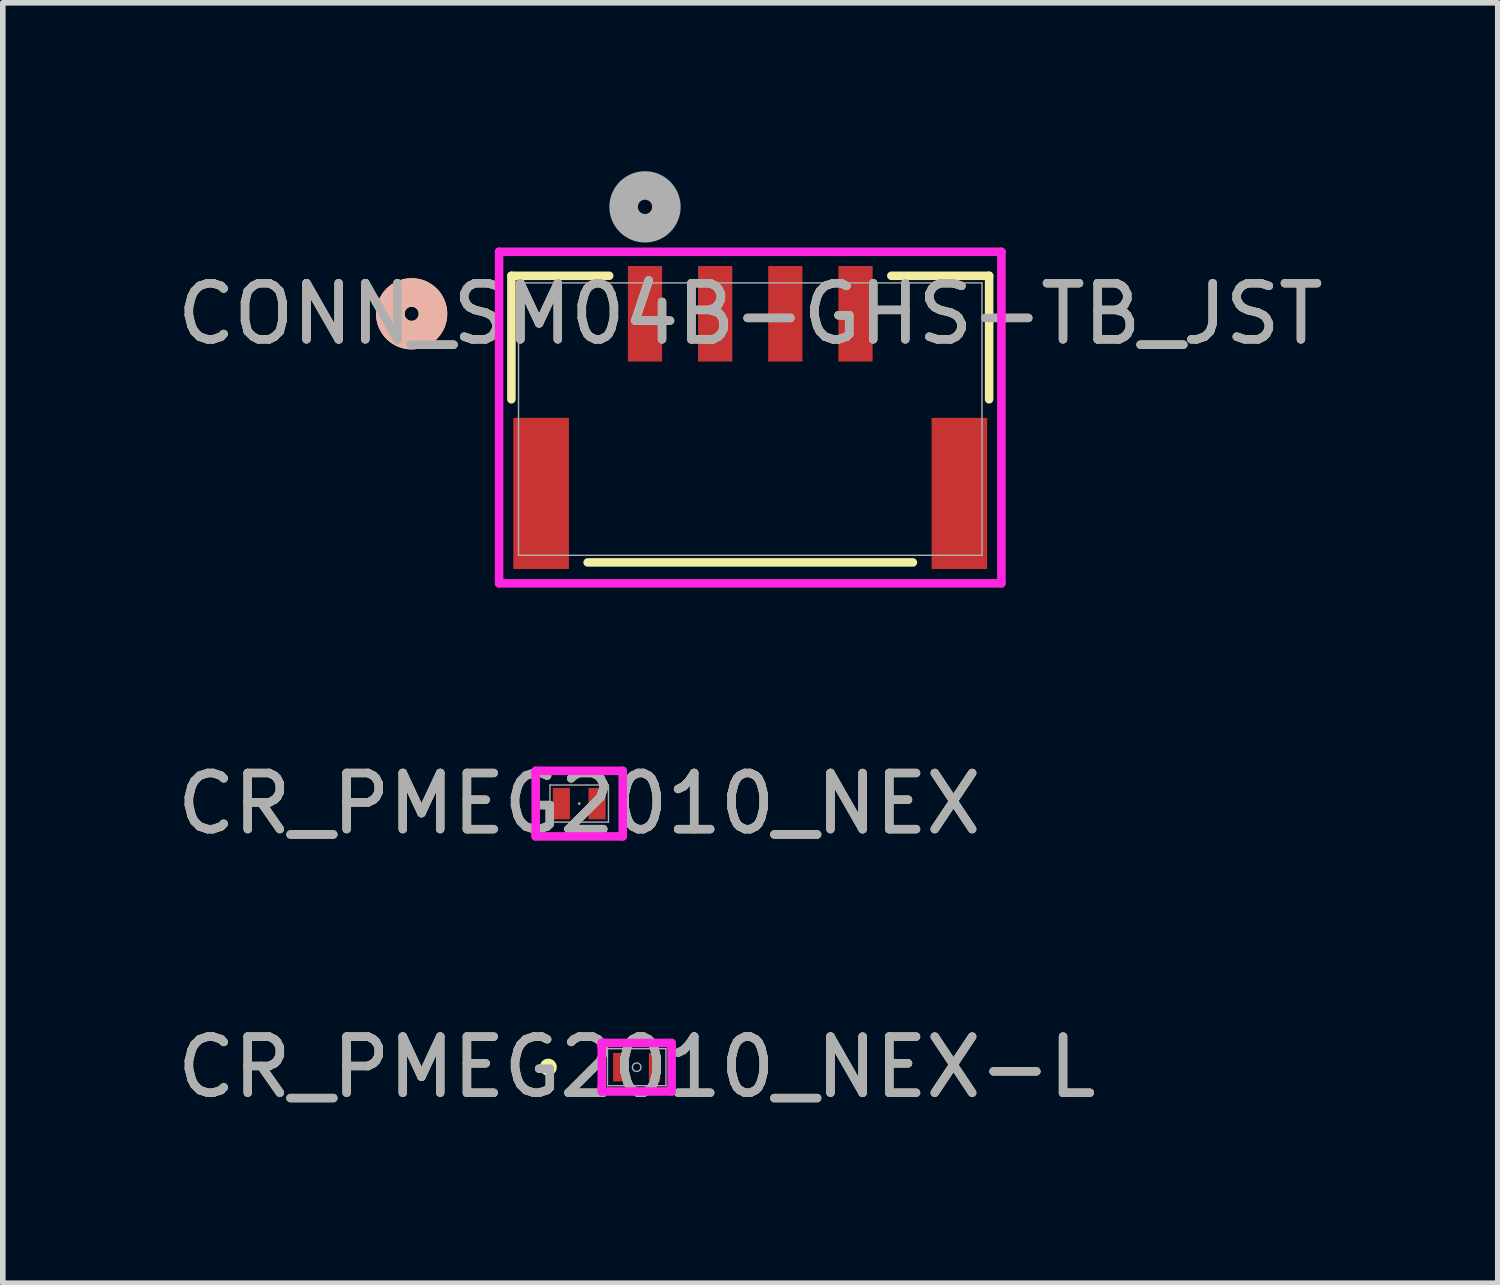
<source format=kicad_pcb>
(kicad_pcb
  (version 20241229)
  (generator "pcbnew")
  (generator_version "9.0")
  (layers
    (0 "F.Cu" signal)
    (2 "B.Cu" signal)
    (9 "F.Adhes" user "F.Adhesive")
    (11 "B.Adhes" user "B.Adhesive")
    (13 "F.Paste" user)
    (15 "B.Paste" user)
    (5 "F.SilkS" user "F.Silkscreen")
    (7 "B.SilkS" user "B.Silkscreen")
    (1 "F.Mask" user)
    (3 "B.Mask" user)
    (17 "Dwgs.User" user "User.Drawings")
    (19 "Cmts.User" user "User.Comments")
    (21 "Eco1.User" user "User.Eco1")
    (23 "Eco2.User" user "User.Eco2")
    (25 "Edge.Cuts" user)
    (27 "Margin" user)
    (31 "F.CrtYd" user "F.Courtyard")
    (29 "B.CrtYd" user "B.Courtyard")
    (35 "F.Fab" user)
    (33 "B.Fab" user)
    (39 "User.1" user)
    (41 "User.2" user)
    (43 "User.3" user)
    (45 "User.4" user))
  (footprint "CR_PMEG2010_NEX-L"
    (layer "F.Cu")
    (at 8.292 15.961)
    (property "Reference" "CR_PMEG2010_NEX-L" (at 0 0 0) (unlocked yes) (layer "F.SilkS") (effects (font (size 1 1) (thickness 0.15))))
    (attr smd)
    (fp_circle (center -1.575 0) (end -1.499 0) (stroke (width 0.152) (type solid)) (fill no) (layer "F.SilkS"))
    (fp_line (start -0.622 -0.432) (end 0.622 -0.432) (stroke (width 0.152) (type solid)) (layer "F.CrtYd"))
    (fp_line (start -0.622 -0.356) (end -0.622 -0.432) (stroke (width 0.152) (type solid)) (layer "F.CrtYd"))
    (fp_line (start -0.622 -0.356) (end -0.622 -0.356) (stroke (width 0.152) (type solid)) (layer "F.CrtYd"))
    (fp_line (start -0.622 0.356) (end -0.622 -0.356) (stroke (width 0.152) (type solid)) (layer "F.CrtYd"))
    (fp_line (start -0.622 0.356) (end -0.622 0.356) (stroke (width 0.152) (type solid)) (layer "F.CrtYd"))
    (fp_line (start -0.622 0.432) (end -0.622 0.356) (stroke (width 0.152) (type solid)) (layer "F.CrtYd"))
    (fp_line (start 0.622 -0.432) (end 0.622 -0.356) (stroke (width 0.152) (type solid)) (layer "F.CrtYd"))
    (fp_line (start 0.622 -0.356) (end 0.622 -0.356) (stroke (width 0.152) (type solid)) (layer "F.CrtYd"))
    (fp_line (start 0.622 -0.356) (end 0.622 0.356) (stroke (width 0.152) (type solid)) (layer "F.CrtYd"))
    (fp_line (start 0.622 0.356) (end 0.622 0.356) (stroke (width 0.152) (type solid)) (layer "F.CrtYd"))
    (fp_line (start 0.622 0.356) (end 0.622 0.432) (stroke (width 0.152) (type solid)) (layer "F.CrtYd"))
    (fp_line (start 0.622 0.432) (end -0.622 0.432) (stroke (width 0.152) (type solid)) (layer "F.CrtYd"))
    (fp_line (start -0.521 -0.33) (end -0.521 0.33) (stroke (width 0.025) (type solid)) (layer "F.Fab"))
    (fp_line (start -0.521 0.33) (end 0.521 0.33) (stroke (width 0.025) (type solid)) (layer "F.Fab"))
    (fp_line (start 0.521 -0.33) (end -0.521 -0.33) (stroke (width 0.025) (type solid)) (layer "F.Fab"))
    (fp_line (start 0.521 0.33) (end 0.521 -0.33) (stroke (width 0.025) (type solid)) (layer "F.Fab"))
    (fp_circle (center 0 0) (end 0.076 0) (stroke (width 0.025) (type solid)) (fill no) (layer "F.Fab"))
    (fp_text user "${REFERENCE}" (at 0 0 0) (unlocked yes) (layer "F.Fab") (effects (font (size 1 1) (thickness 0.15))))
    (pad "1" smd rect (at -0.318 0) (size 0.203 0.508) (layers "F.Cu" "F.Mask" "F.Paste"))
    (pad "2" smd rect (at 0.318 0) (size 0.203 0.508) (layers "F.Cu" "F.Mask" "F.Paste")))
  (footprint "CR_PMEG2010_NEX"
    (layer "F.Cu")
    (at 7.268 11.265)
    (property "Reference" "CR_PMEG2010_NEX" (at 0 0 0) (unlocked yes) (layer "F.SilkS") (effects (font (size 1 1) (thickness 0.15))))
    (attr smd)
    (fp_line (start -0.775 -0.584) (end 0.775 -0.584) (stroke (width 0.152) (type solid)) (layer "F.CrtYd"))
    (fp_line (start -0.775 -0.533) (end -0.775 -0.584) (stroke (width 0.152) (type solid)) (layer "F.CrtYd"))
    (fp_line (start -0.775 -0.533) (end -0.775 -0.533) (stroke (width 0.152) (type solid)) (layer "F.CrtYd"))
    (fp_line (start -0.775 0.533) (end -0.775 -0.533) (stroke (width 0.152) (type solid)) (layer "F.CrtYd"))
    (fp_line (start -0.775 0.533) (end -0.775 0.533) (stroke (width 0.152) (type solid)) (layer "F.CrtYd"))
    (fp_line (start -0.775 0.584) (end -0.775 0.533) (stroke (width 0.152) (type solid)) (layer "F.CrtYd"))
    (fp_line (start 0.775 -0.584) (end 0.775 -0.533) (stroke (width 0.152) (type solid)) (layer "F.CrtYd"))
    (fp_line (start 0.775 -0.533) (end 0.775 -0.533) (stroke (width 0.152) (type solid)) (layer "F.CrtYd"))
    (fp_line (start 0.775 -0.533) (end 0.775 0.533) (stroke (width 0.152) (type solid)) (layer "F.CrtYd"))
    (fp_line (start 0.775 0.533) (end 0.775 0.533) (stroke (width 0.152) (type solid)) (layer "F.CrtYd"))
    (fp_line (start 0.775 0.533) (end 0.775 0.584) (stroke (width 0.152) (type solid)) (layer "F.CrtYd"))
    (fp_line (start 0.775 0.584) (end -0.775 0.584) (stroke (width 0.152) (type solid)) (layer "F.CrtYd"))
    (fp_line (start -0.521 -0.33) (end -0.521 0.33) (stroke (width 0.025) (type solid)) (layer "F.Fab"))
    (fp_line (start -0.521 0.33) (end 0.521 0.33) (stroke (width 0.025) (type solid)) (layer "F.Fab"))
    (fp_line (start 0.521 -0.33) (end -0.521 -0.33) (stroke (width 0.025) (type solid)) (layer "F.Fab"))
    (fp_line (start 0.521 0.33) (end 0.521 -0.33) (stroke (width 0.025) (type solid)) (layer "F.Fab"))
    (fp_circle (center 0 0) (end 0 0) (stroke (width 0.025) (type solid)) (fill no) (layer "F.Fab"))
    (fp_text user "${REFERENCE}" (at 0 0 0) (unlocked yes) (layer "F.Fab") (effects (font (size 1 1) (thickness 0.15))))
    (pad "1" smd rect (at -0.318 0) (size 0.305 0.559) (layers "F.Cu" "F.Mask" "F.Paste"))
    (pad "2" smd rect (at 0.318 0) (size 0.305 0.559) (layers "F.Cu" "F.Mask" "F.Paste")))
  (footprint "CONN_SM04B-GHS-TB_JST"
    (layer "F.Cu")
    (at 10.315 4.416)
    (property "Reference" "CONN_SM04B-GHS-TB_JST" (at 0 -1.876 0) (unlocked yes) (layer "F.SilkS") (effects (font (size 1 1) (thickness 0.15))))
    (attr smd)
    (fp_line (start -4.255 -2.553) (end -4.255 -0.353) (stroke (width 0.152) (type solid)) (layer "F.SilkS"))
    (fp_line (start -2.897 2.553) (end 2.897 2.553) (stroke (width 0.152) (type solid)) (layer "F.SilkS"))
    (fp_line (start -2.513 -2.553) (end -4.255 -2.553) (stroke (width 0.152) (type solid)) (layer "F.SilkS"))
    (fp_line (start 4.255 -2.553) (end 2.513 -2.553) (stroke (width 0.152) (type solid)) (layer "F.SilkS"))
    (fp_line (start 4.255 -0.353) (end 4.255 -2.553) (stroke (width 0.152) (type solid)) (layer "F.SilkS"))
    (fp_circle (center -6.032 -1.876) (end -5.652 -1.876) (stroke (width 0.508) (type solid)) (fill no) (layer "F.SilkS"))
    (fp_circle (center -6.032 -1.876) (end -5.652 -1.876) (stroke (width 0.508) (type solid)) (fill no) (layer "B.SilkS"))
    (fp_line (start -4.474 -2.981) (end -4.474 2.925) (stroke (width 0.152) (type solid)) (layer "F.CrtYd"))
    (fp_line (start -4.474 2.925) (end 4.474 2.925) (stroke (width 0.152) (type solid)) (layer "F.CrtYd"))
    (fp_line (start 4.474 -2.981) (end -4.474 -2.981) (stroke (width 0.152) (type solid)) (layer "F.CrtYd"))
    (fp_line (start 4.474 2.925) (end 4.474 -2.981) (stroke (width 0.152) (type solid)) (layer "F.CrtYd"))
    (fp_line (start -4.128 -2.426) (end -4.128 2.426) (stroke (width 0.025) (type solid)) (layer "F.Fab"))
    (fp_line (start -4.128 2.426) (end 4.128 2.426) (stroke (width 0.025) (type solid)) (layer "F.Fab"))
    (fp_line (start 4.128 -2.426) (end -4.128 -2.426) (stroke (width 0.025) (type solid)) (layer "F.Fab"))
    (fp_line (start 4.128 2.426) (end 4.128 -2.426) (stroke (width 0.025) (type solid)) (layer "F.Fab"))
    (fp_circle (center -1.875 -3.781) (end -1.494 -3.781) (stroke (width 0.508) (type solid)) (fill no) (layer "F.Fab"))
    (fp_text user "${REFERENCE}" (at 0 -1.876 0) (unlocked yes) (layer "F.Fab") (effects (font (size 1 1) (thickness 0.15))))
    (pad "1" smd rect (at -1.875 -1.876) (size 0.61 1.702) (layers "F.Cu" "F.Mask" "F.Paste"))
    (pad "2" smd rect (at -0.625 -1.876) (size 0.61 1.702) (layers "F.Cu" "F.Mask" "F.Paste"))
    (pad "3" smd rect (at 0.625 -1.876) (size 0.61 1.702) (layers "F.Cu" "F.Mask" "F.Paste"))
    (pad "4" smd rect (at 1.875 -1.876) (size 0.61 1.702) (layers "F.Cu" "F.Mask" "F.Paste"))
    (pad "5" smd rect (at -3.725 1.324) (size 0.991 2.692) (layers "F.Cu" "F.Mask" "F.Paste"))
    (pad "6" smd rect (at 3.725 1.324) (size 0.991 2.692) (layers "F.Cu" "F.Mask" "F.Paste")))
  (gr_rect
    (start -3 -3)
    (end 23.631 19.809)
    (stroke (width 0.1) (type default))
    (fill no)
    (layer "Edge.Cuts")))
</source>
